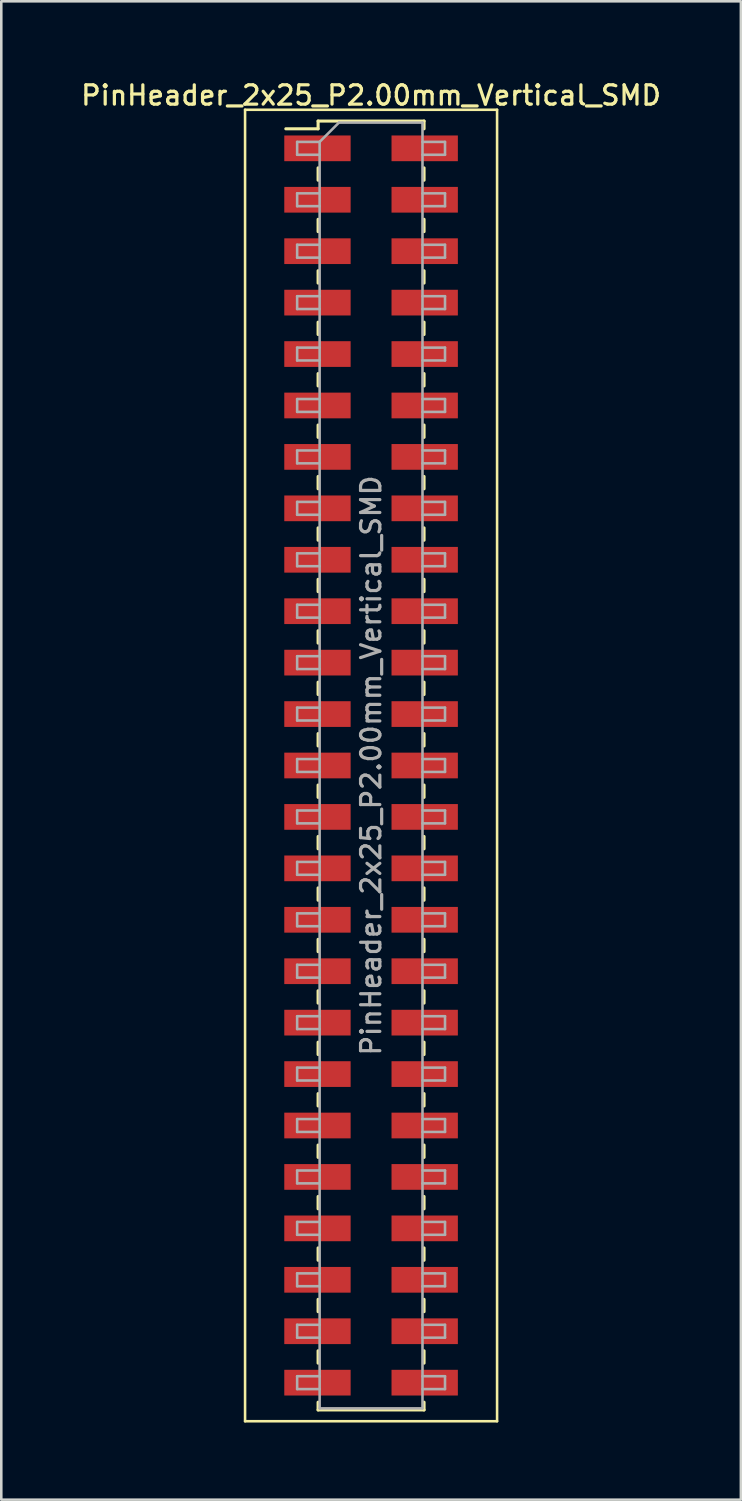
<source format=kicad_pcb>
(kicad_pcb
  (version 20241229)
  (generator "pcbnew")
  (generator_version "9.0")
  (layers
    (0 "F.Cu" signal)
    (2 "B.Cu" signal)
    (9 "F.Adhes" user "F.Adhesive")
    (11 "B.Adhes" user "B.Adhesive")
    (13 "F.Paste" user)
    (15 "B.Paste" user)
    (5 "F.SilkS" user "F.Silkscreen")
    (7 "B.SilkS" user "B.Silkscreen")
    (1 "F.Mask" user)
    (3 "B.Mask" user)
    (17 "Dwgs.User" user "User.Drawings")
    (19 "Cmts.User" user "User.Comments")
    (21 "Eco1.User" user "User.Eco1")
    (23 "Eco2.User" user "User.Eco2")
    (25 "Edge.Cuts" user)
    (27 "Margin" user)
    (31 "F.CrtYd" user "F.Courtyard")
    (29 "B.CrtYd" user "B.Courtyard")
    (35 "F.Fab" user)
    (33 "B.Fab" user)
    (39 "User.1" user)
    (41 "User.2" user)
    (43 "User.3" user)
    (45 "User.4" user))
  (footprint "PinHeader_2x25_P2.00mm_Vertical_SMD"
    (layer "F.Cu")
    (at 11.38 26.718)
    (property "Reference" "PinHeader_2x25_P2.00mm_Vertical_SMD" (at 0 -26.06 0) (layer "F.SilkS") (effects (font (size 0.75 0.75) (thickness 0.125))))
    (attr smd)
    (fp_line (start -4.9 -25.5) (end -4.9 25.5) (stroke (width 0.1) (type solid)) (layer "F.SilkS"))
    (fp_line (start -4.9 25.5) (end 4.9 25.5) (stroke (width 0.1) (type solid)) (layer "F.SilkS"))
    (fp_line (start -3.315 -24.76) (end -2.06 -24.76) (stroke (width 0.12) (type solid)) (layer "F.SilkS"))
    (fp_line (start -2.06 -25.06) (end -2.06 -24.76) (stroke (width 0.12) (type solid)) (layer "F.SilkS"))
    (fp_line (start -2.06 -25.06) (end 2.06 -25.06) (stroke (width 0.12) (type solid)) (layer "F.SilkS"))
    (fp_line (start -2.06 -23.24) (end -2.06 -22.76) (stroke (width 0.12) (type solid)) (layer "F.SilkS"))
    (fp_line (start -2.06 -21.24) (end -2.06 -20.76) (stroke (width 0.12) (type solid)) (layer "F.SilkS"))
    (fp_line (start -2.06 -19.24) (end -2.06 -18.76) (stroke (width 0.12) (type solid)) (layer "F.SilkS"))
    (fp_line (start -2.06 -17.24) (end -2.06 -16.76) (stroke (width 0.12) (type solid)) (layer "F.SilkS"))
    (fp_line (start -2.06 -15.24) (end -2.06 -14.76) (stroke (width 0.12) (type solid)) (layer "F.SilkS"))
    (fp_line (start -2.06 -13.24) (end -2.06 -12.76) (stroke (width 0.12) (type solid)) (layer "F.SilkS"))
    (fp_line (start -2.06 -11.24) (end -2.06 -10.76) (stroke (width 0.12) (type solid)) (layer "F.SilkS"))
    (fp_line (start -2.06 -9.24) (end -2.06 -8.76) (stroke (width 0.12) (type solid)) (layer "F.SilkS"))
    (fp_line (start -2.06 -7.24) (end -2.06 -6.76) (stroke (width 0.12) (type solid)) (layer "F.SilkS"))
    (fp_line (start -2.06 -5.24) (end -2.06 -4.76) (stroke (width 0.12) (type solid)) (layer "F.SilkS"))
    (fp_line (start -2.06 -3.24) (end -2.06 -2.76) (stroke (width 0.12) (type solid)) (layer "F.SilkS"))
    (fp_line (start -2.06 -1.24) (end -2.06 -0.76) (stroke (width 0.12) (type solid)) (layer "F.SilkS"))
    (fp_line (start -2.06 0.76) (end -2.06 1.24) (stroke (width 0.12) (type solid)) (layer "F.SilkS"))
    (fp_line (start -2.06 2.76) (end -2.06 3.24) (stroke (width 0.12) (type solid)) (layer "F.SilkS"))
    (fp_line (start -2.06 4.76) (end -2.06 5.24) (stroke (width 0.12) (type solid)) (layer "F.SilkS"))
    (fp_line (start -2.06 6.76) (end -2.06 7.24) (stroke (width 0.12) (type solid)) (layer "F.SilkS"))
    (fp_line (start -2.06 8.76) (end -2.06 9.24) (stroke (width 0.12) (type solid)) (layer "F.SilkS"))
    (fp_line (start -2.06 10.76) (end -2.06 11.24) (stroke (width 0.12) (type solid)) (layer "F.SilkS"))
    (fp_line (start -2.06 12.76) (end -2.06 13.24) (stroke (width 0.12) (type solid)) (layer "F.SilkS"))
    (fp_line (start -2.06 14.76) (end -2.06 15.24) (stroke (width 0.12) (type solid)) (layer "F.SilkS"))
    (fp_line (start -2.06 16.76) (end -2.06 17.24) (stroke (width 0.12) (type solid)) (layer "F.SilkS"))
    (fp_line (start -2.06 18.76) (end -2.06 19.24) (stroke (width 0.12) (type solid)) (layer "F.SilkS"))
    (fp_line (start -2.06 20.76) (end -2.06 21.24) (stroke (width 0.12) (type solid)) (layer "F.SilkS"))
    (fp_line (start -2.06 22.76) (end -2.06 23.24) (stroke (width 0.12) (type solid)) (layer "F.SilkS"))
    (fp_line (start -2.06 24.76) (end -2.06 25.06) (stroke (width 0.12) (type solid)) (layer "F.SilkS"))
    (fp_line (start -2.06 25.06) (end 2.06 25.06) (stroke (width 0.12) (type solid)) (layer "F.SilkS"))
    (fp_line (start 2.06 -25.06) (end 2.06 -24.76) (stroke (width 0.12) (type solid)) (layer "F.SilkS"))
    (fp_line (start 2.06 -23.24) (end 2.06 -22.76) (stroke (width 0.12) (type solid)) (layer "F.SilkS"))
    (fp_line (start 2.06 -21.24) (end 2.06 -20.76) (stroke (width 0.12) (type solid)) (layer "F.SilkS"))
    (fp_line (start 2.06 -19.24) (end 2.06 -18.76) (stroke (width 0.12) (type solid)) (layer "F.SilkS"))
    (fp_line (start 2.06 -17.24) (end 2.06 -16.76) (stroke (width 0.12) (type solid)) (layer "F.SilkS"))
    (fp_line (start 2.06 -15.24) (end 2.06 -14.76) (stroke (width 0.12) (type solid)) (layer "F.SilkS"))
    (fp_line (start 2.06 -13.24) (end 2.06 -12.76) (stroke (width 0.12) (type solid)) (layer "F.SilkS"))
    (fp_line (start 2.06 -11.24) (end 2.06 -10.76) (stroke (width 0.12) (type solid)) (layer "F.SilkS"))
    (fp_line (start 2.06 -9.24) (end 2.06 -8.76) (stroke (width 0.12) (type solid)) (layer "F.SilkS"))
    (fp_line (start 2.06 -7.24) (end 2.06 -6.76) (stroke (width 0.12) (type solid)) (layer "F.SilkS"))
    (fp_line (start 2.06 -5.24) (end 2.06 -4.76) (stroke (width 0.12) (type solid)) (layer "F.SilkS"))
    (fp_line (start 2.06 -3.24) (end 2.06 -2.76) (stroke (width 0.12) (type solid)) (layer "F.SilkS"))
    (fp_line (start 2.06 -1.24) (end 2.06 -0.76) (stroke (width 0.12) (type solid)) (layer "F.SilkS"))
    (fp_line (start 2.06 0.76) (end 2.06 1.24) (stroke (width 0.12) (type solid)) (layer "F.SilkS"))
    (fp_line (start 2.06 2.76) (end 2.06 3.24) (stroke (width 0.12) (type solid)) (layer "F.SilkS"))
    (fp_line (start 2.06 4.76) (end 2.06 5.24) (stroke (width 0.12) (type solid)) (layer "F.SilkS"))
    (fp_line (start 2.06 6.76) (end 2.06 7.24) (stroke (width 0.12) (type solid)) (layer "F.SilkS"))
    (fp_line (start 2.06 8.76) (end 2.06 9.24) (stroke (width 0.12) (type solid)) (layer "F.SilkS"))
    (fp_line (start 2.06 10.76) (end 2.06 11.24) (stroke (width 0.12) (type solid)) (layer "F.SilkS"))
    (fp_line (start 2.06 12.76) (end 2.06 13.24) (stroke (width 0.12) (type solid)) (layer "F.SilkS"))
    (fp_line (start 2.06 14.76) (end 2.06 15.24) (stroke (width 0.12) (type solid)) (layer "F.SilkS"))
    (fp_line (start 2.06 16.76) (end 2.06 17.24) (stroke (width 0.12) (type solid)) (layer "F.SilkS"))
    (fp_line (start 2.06 18.76) (end 2.06 19.24) (stroke (width 0.12) (type solid)) (layer "F.SilkS"))
    (fp_line (start 2.06 20.76) (end 2.06 21.24) (stroke (width 0.12) (type solid)) (layer "F.SilkS"))
    (fp_line (start 2.06 22.76) (end 2.06 23.24) (stroke (width 0.12) (type solid)) (layer "F.SilkS"))
    (fp_line (start 2.06 24.76) (end 2.06 25.06) (stroke (width 0.12) (type solid)) (layer "F.SilkS"))
    (fp_line (start 4.9 -25.5) (end -4.9 -25.5) (stroke (width 0.1) (type solid)) (layer "F.SilkS"))
    (fp_line (start 4.9 25.5) (end 4.9 -25.5) (stroke (width 0.1) (type solid)) (layer "F.SilkS"))
    (fp_line (start -2.875 -24.25) (end -2.875 -23.75) (stroke (width 0.1) (type solid)) (layer "F.Fab"))
    (fp_line (start -2.875 -23.75) (end -2 -23.75) (stroke (width 0.1) (type solid)) (layer "F.Fab"))
    (fp_line (start -2.875 -22.25) (end -2.875 -21.75) (stroke (width 0.1) (type solid)) (layer "F.Fab"))
    (fp_line (start -2.875 -21.75) (end -2 -21.75) (stroke (width 0.1) (type solid)) (layer "F.Fab"))
    (fp_line (start -2.875 -20.25) (end -2.875 -19.75) (stroke (width 0.1) (type solid)) (layer "F.Fab"))
    (fp_line (start -2.875 -19.75) (end -2 -19.75) (stroke (width 0.1) (type solid)) (layer "F.Fab"))
    (fp_line (start -2.875 -18.25) (end -2.875 -17.75) (stroke (width 0.1) (type solid)) (layer "F.Fab"))
    (fp_line (start -2.875 -17.75) (end -2 -17.75) (stroke (width 0.1) (type solid)) (layer "F.Fab"))
    (fp_line (start -2.875 -16.25) (end -2.875 -15.75) (stroke (width 0.1) (type solid)) (layer "F.Fab"))
    (fp_line (start -2.875 -15.75) (end -2 -15.75) (stroke (width 0.1) (type solid)) (layer "F.Fab"))
    (fp_line (start -2.875 -14.25) (end -2.875 -13.75) (stroke (width 0.1) (type solid)) (layer "F.Fab"))
    (fp_line (start -2.875 -13.75) (end -2 -13.75) (stroke (width 0.1) (type solid)) (layer "F.Fab"))
    (fp_line (start -2.875 -12.25) (end -2.875 -11.75) (stroke (width 0.1) (type solid)) (layer "F.Fab"))
    (fp_line (start -2.875 -11.75) (end -2 -11.75) (stroke (width 0.1) (type solid)) (layer "F.Fab"))
    (fp_line (start -2.875 -10.25) (end -2.875 -9.75) (stroke (width 0.1) (type solid)) (layer "F.Fab"))
    (fp_line (start -2.875 -9.75) (end -2 -9.75) (stroke (width 0.1) (type solid)) (layer "F.Fab"))
    (fp_line (start -2.875 -8.25) (end -2.875 -7.75) (stroke (width 0.1) (type solid)) (layer "F.Fab"))
    (fp_line (start -2.875 -7.75) (end -2 -7.75) (stroke (width 0.1) (type solid)) (layer "F.Fab"))
    (fp_line (start -2.875 -6.25) (end -2.875 -5.75) (stroke (width 0.1) (type solid)) (layer "F.Fab"))
    (fp_line (start -2.875 -5.75) (end -2 -5.75) (stroke (width 0.1) (type solid)) (layer "F.Fab"))
    (fp_line (start -2.875 -4.25) (end -2.875 -3.75) (stroke (width 0.1) (type solid)) (layer "F.Fab"))
    (fp_line (start -2.875 -3.75) (end -2 -3.75) (stroke (width 0.1) (type solid)) (layer "F.Fab"))
    (fp_line (start -2.875 -2.25) (end -2.875 -1.75) (stroke (width 0.1) (type solid)) (layer "F.Fab"))
    (fp_line (start -2.875 -1.75) (end -2 -1.75) (stroke (width 0.1) (type solid)) (layer "F.Fab"))
    (fp_line (start -2.875 -0.25) (end -2.875 0.25) (stroke (width 0.1) (type solid)) (layer "F.Fab"))
    (fp_line (start -2.875 0.25) (end -2 0.25) (stroke (width 0.1) (type solid)) (layer "F.Fab"))
    (fp_line (start -2.875 1.75) (end -2.875 2.25) (stroke (width 0.1) (type solid)) (layer "F.Fab"))
    (fp_line (start -2.875 2.25) (end -2 2.25) (stroke (width 0.1) (type solid)) (layer "F.Fab"))
    (fp_line (start -2.875 3.75) (end -2.875 4.25) (stroke (width 0.1) (type solid)) (layer "F.Fab"))
    (fp_line (start -2.875 4.25) (end -2 4.25) (stroke (width 0.1) (type solid)) (layer "F.Fab"))
    (fp_line (start -2.875 5.75) (end -2.875 6.25) (stroke (width 0.1) (type solid)) (layer "F.Fab"))
    (fp_line (start -2.875 6.25) (end -2 6.25) (stroke (width 0.1) (type solid)) (layer "F.Fab"))
    (fp_line (start -2.875 7.75) (end -2.875 8.25) (stroke (width 0.1) (type solid)) (layer "F.Fab"))
    (fp_line (start -2.875 8.25) (end -2 8.25) (stroke (width 0.1) (type solid)) (layer "F.Fab"))
    (fp_line (start -2.875 9.75) (end -2.875 10.25) (stroke (width 0.1) (type solid)) (layer "F.Fab"))
    (fp_line (start -2.875 10.25) (end -2 10.25) (stroke (width 0.1) (type solid)) (layer "F.Fab"))
    (fp_line (start -2.875 11.75) (end -2.875 12.25) (stroke (width 0.1) (type solid)) (layer "F.Fab"))
    (fp_line (start -2.875 12.25) (end -2 12.25) (stroke (width 0.1) (type solid)) (layer "F.Fab"))
    (fp_line (start -2.875 13.75) (end -2.875 14.25) (stroke (width 0.1) (type solid)) (layer "F.Fab"))
    (fp_line (start -2.875 14.25) (end -2 14.25) (stroke (width 0.1) (type solid)) (layer "F.Fab"))
    (fp_line (start -2.875 15.75) (end -2.875 16.25) (stroke (width 0.1) (type solid)) (layer "F.Fab"))
    (fp_line (start -2.875 16.25) (end -2 16.25) (stroke (width 0.1) (type solid)) (layer "F.Fab"))
    (fp_line (start -2.875 17.75) (end -2.875 18.25) (stroke (width 0.1) (type solid)) (layer "F.Fab"))
    (fp_line (start -2.875 18.25) (end -2 18.25) (stroke (width 0.1) (type solid)) (layer "F.Fab"))
    (fp_line (start -2.875 19.75) (end -2.875 20.25) (stroke (width 0.1) (type solid)) (layer "F.Fab"))
    (fp_line (start -2.875 20.25) (end -2 20.25) (stroke (width 0.1) (type solid)) (layer "F.Fab"))
    (fp_line (start -2.875 21.75) (end -2.875 22.25) (stroke (width 0.1) (type solid)) (layer "F.Fab"))
    (fp_line (start -2.875 22.25) (end -2 22.25) (stroke (width 0.1) (type solid)) (layer "F.Fab"))
    (fp_line (start -2.875 23.75) (end -2.875 24.25) (stroke (width 0.1) (type solid)) (layer "F.Fab"))
    (fp_line (start -2.875 24.25) (end -2 24.25) (stroke (width 0.1) (type solid)) (layer "F.Fab"))
    (fp_line (start -2 -24.25) (end -2.875 -24.25) (stroke (width 0.1) (type solid)) (layer "F.Fab"))
    (fp_line (start -2 -24.25) (end -1.25 -25) (stroke (width 0.1) (type solid)) (layer "F.Fab"))
    (fp_line (start -2 -22.25) (end -2.875 -22.25) (stroke (width 0.1) (type solid)) (layer "F.Fab"))
    (fp_line (start -2 -20.25) (end -2.875 -20.25) (stroke (width 0.1) (type solid)) (layer "F.Fab"))
    (fp_line (start -2 -18.25) (end -2.875 -18.25) (stroke (width 0.1) (type solid)) (layer "F.Fab"))
    (fp_line (start -2 -16.25) (end -2.875 -16.25) (stroke (width 0.1) (type solid)) (layer "F.Fab"))
    (fp_line (start -2 -14.25) (end -2.875 -14.25) (stroke (width 0.1) (type solid)) (layer "F.Fab"))
    (fp_line (start -2 -12.25) (end -2.875 -12.25) (stroke (width 0.1) (type solid)) (layer "F.Fab"))
    (fp_line (start -2 -10.25) (end -2.875 -10.25) (stroke (width 0.1) (type solid)) (layer "F.Fab"))
    (fp_line (start -2 -8.25) (end -2.875 -8.25) (stroke (width 0.1) (type solid)) (layer "F.Fab"))
    (fp_line (start -2 -6.25) (end -2.875 -6.25) (stroke (width 0.1) (type solid)) (layer "F.Fab"))
    (fp_line (start -2 -4.25) (end -2.875 -4.25) (stroke (width 0.1) (type solid)) (layer "F.Fab"))
    (fp_line (start -2 -2.25) (end -2.875 -2.25) (stroke (width 0.1) (type solid)) (layer "F.Fab"))
    (fp_line (start -2 -0.25) (end -2.875 -0.25) (stroke (width 0.1) (type solid)) (layer "F.Fab"))
    (fp_line (start -2 1.75) (end -2.875 1.75) (stroke (width 0.1) (type solid)) (layer "F.Fab"))
    (fp_line (start -2 3.75) (end -2.875 3.75) (stroke (width 0.1) (type solid)) (layer "F.Fab"))
    (fp_line (start -2 5.75) (end -2.875 5.75) (stroke (width 0.1) (type solid)) (layer "F.Fab"))
    (fp_line (start -2 7.75) (end -2.875 7.75) (stroke (width 0.1) (type solid)) (layer "F.Fab"))
    (fp_line (start -2 9.75) (end -2.875 9.75) (stroke (width 0.1) (type solid)) (layer "F.Fab"))
    (fp_line (start -2 11.75) (end -2.875 11.75) (stroke (width 0.1) (type solid)) (layer "F.Fab"))
    (fp_line (start -2 13.75) (end -2.875 13.75) (stroke (width 0.1) (type solid)) (layer "F.Fab"))
    (fp_line (start -2 15.75) (end -2.875 15.75) (stroke (width 0.1) (type solid)) (layer "F.Fab"))
    (fp_line (start -2 17.75) (end -2.875 17.75) (stroke (width 0.1) (type solid)) (layer "F.Fab"))
    (fp_line (start -2 19.75) (end -2.875 19.75) (stroke (width 0.1) (type solid)) (layer "F.Fab"))
    (fp_line (start -2 21.75) (end -2.875 21.75) (stroke (width 0.1) (type solid)) (layer "F.Fab"))
    (fp_line (start -2 23.75) (end -2.875 23.75) (stroke (width 0.1) (type solid)) (layer "F.Fab"))
    (fp_line (start -2 25) (end -2 -24.25) (stroke (width 0.1) (type solid)) (layer "F.Fab"))
    (fp_line (start -1.25 -25) (end 2 -25) (stroke (width 0.1) (type solid)) (layer "F.Fab"))
    (fp_line (start 2 -25) (end 2 25) (stroke (width 0.1) (type solid)) (layer "F.Fab"))
    (fp_line (start 2 -24.25) (end 2.875 -24.25) (stroke (width 0.1) (type solid)) (layer "F.Fab"))
    (fp_line (start 2 -22.25) (end 2.875 -22.25) (stroke (width 0.1) (type solid)) (layer "F.Fab"))
    (fp_line (start 2 -20.25) (end 2.875 -20.25) (stroke (width 0.1) (type solid)) (layer "F.Fab"))
    (fp_line (start 2 -18.25) (end 2.875 -18.25) (stroke (width 0.1) (type solid)) (layer "F.Fab"))
    (fp_line (start 2 -16.25) (end 2.875 -16.25) (stroke (width 0.1) (type solid)) (layer "F.Fab"))
    (fp_line (start 2 -14.25) (end 2.875 -14.25) (stroke (width 0.1) (type solid)) (layer "F.Fab"))
    (fp_line (start 2 -12.25) (end 2.875 -12.25) (stroke (width 0.1) (type solid)) (layer "F.Fab"))
    (fp_line (start 2 -10.25) (end 2.875 -10.25) (stroke (width 0.1) (type solid)) (layer "F.Fab"))
    (fp_line (start 2 -8.25) (end 2.875 -8.25) (stroke (width 0.1) (type solid)) (layer "F.Fab"))
    (fp_line (start 2 -6.25) (end 2.875 -6.25) (stroke (width 0.1) (type solid)) (layer "F.Fab"))
    (fp_line (start 2 -4.25) (end 2.875 -4.25) (stroke (width 0.1) (type solid)) (layer "F.Fab"))
    (fp_line (start 2 -2.25) (end 2.875 -2.25) (stroke (width 0.1) (type solid)) (layer "F.Fab"))
    (fp_line (start 2 -0.25) (end 2.875 -0.25) (stroke (width 0.1) (type solid)) (layer "F.Fab"))
    (fp_line (start 2 1.75) (end 2.875 1.75) (stroke (width 0.1) (type solid)) (layer "F.Fab"))
    (fp_line (start 2 3.75) (end 2.875 3.75) (stroke (width 0.1) (type solid)) (layer "F.Fab"))
    (fp_line (start 2 5.75) (end 2.875 5.75) (stroke (width 0.1) (type solid)) (layer "F.Fab"))
    (fp_line (start 2 7.75) (end 2.875 7.75) (stroke (width 0.1) (type solid)) (layer "F.Fab"))
    (fp_line (start 2 9.75) (end 2.875 9.75) (stroke (width 0.1) (type solid)) (layer "F.Fab"))
    (fp_line (start 2 11.75) (end 2.875 11.75) (stroke (width 0.1) (type solid)) (layer "F.Fab"))
    (fp_line (start 2 13.75) (end 2.875 13.75) (stroke (width 0.1) (type solid)) (layer "F.Fab"))
    (fp_line (start 2 15.75) (end 2.875 15.75) (stroke (width 0.1) (type solid)) (layer "F.Fab"))
    (fp_line (start 2 17.75) (end 2.875 17.75) (stroke (width 0.1) (type solid)) (layer "F.Fab"))
    (fp_line (start 2 19.75) (end 2.875 19.75) (stroke (width 0.1) (type solid)) (layer "F.Fab"))
    (fp_line (start 2 21.75) (end 2.875 21.75) (stroke (width 0.1) (type solid)) (layer "F.Fab"))
    (fp_line (start 2 23.75) (end 2.875 23.75) (stroke (width 0.1) (type solid)) (layer "F.Fab"))
    (fp_line (start 2 25) (end -2 25) (stroke (width 0.1) (type solid)) (layer "F.Fab"))
    (fp_line (start 2.875 -24.25) (end 2.875 -23.75) (stroke (width 0.1) (type solid)) (layer "F.Fab"))
    (fp_line (start 2.875 -23.75) (end 2 -23.75) (stroke (width 0.1) (type solid)) (layer "F.Fab"))
    (fp_line (start 2.875 -22.25) (end 2.875 -21.75) (stroke (width 0.1) (type solid)) (layer "F.Fab"))
    (fp_line (start 2.875 -21.75) (end 2 -21.75) (stroke (width 0.1) (type solid)) (layer "F.Fab"))
    (fp_line (start 2.875 -20.25) (end 2.875 -19.75) (stroke (width 0.1) (type solid)) (layer "F.Fab"))
    (fp_line (start 2.875 -19.75) (end 2 -19.75) (stroke (width 0.1) (type solid)) (layer "F.Fab"))
    (fp_line (start 2.875 -18.25) (end 2.875 -17.75) (stroke (width 0.1) (type solid)) (layer "F.Fab"))
    (fp_line (start 2.875 -17.75) (end 2 -17.75) (stroke (width 0.1) (type solid)) (layer "F.Fab"))
    (fp_line (start 2.875 -16.25) (end 2.875 -15.75) (stroke (width 0.1) (type solid)) (layer "F.Fab"))
    (fp_line (start 2.875 -15.75) (end 2 -15.75) (stroke (width 0.1) (type solid)) (layer "F.Fab"))
    (fp_line (start 2.875 -14.25) (end 2.875 -13.75) (stroke (width 0.1) (type solid)) (layer "F.Fab"))
    (fp_line (start 2.875 -13.75) (end 2 -13.75) (stroke (width 0.1) (type solid)) (layer "F.Fab"))
    (fp_line (start 2.875 -12.25) (end 2.875 -11.75) (stroke (width 0.1) (type solid)) (layer "F.Fab"))
    (fp_line (start 2.875 -11.75) (end 2 -11.75) (stroke (width 0.1) (type solid)) (layer "F.Fab"))
    (fp_line (start 2.875 -10.25) (end 2.875 -9.75) (stroke (width 0.1) (type solid)) (layer "F.Fab"))
    (fp_line (start 2.875 -9.75) (end 2 -9.75) (stroke (width 0.1) (type solid)) (layer "F.Fab"))
    (fp_line (start 2.875 -8.25) (end 2.875 -7.75) (stroke (width 0.1) (type solid)) (layer "F.Fab"))
    (fp_line (start 2.875 -7.75) (end 2 -7.75) (stroke (width 0.1) (type solid)) (layer "F.Fab"))
    (fp_line (start 2.875 -6.25) (end 2.875 -5.75) (stroke (width 0.1) (type solid)) (layer "F.Fab"))
    (fp_line (start 2.875 -5.75) (end 2 -5.75) (stroke (width 0.1) (type solid)) (layer "F.Fab"))
    (fp_line (start 2.875 -4.25) (end 2.875 -3.75) (stroke (width 0.1) (type solid)) (layer "F.Fab"))
    (fp_line (start 2.875 -3.75) (end 2 -3.75) (stroke (width 0.1) (type solid)) (layer "F.Fab"))
    (fp_line (start 2.875 -2.25) (end 2.875 -1.75) (stroke (width 0.1) (type solid)) (layer "F.Fab"))
    (fp_line (start 2.875 -1.75) (end 2 -1.75) (stroke (width 0.1) (type solid)) (layer "F.Fab"))
    (fp_line (start 2.875 -0.25) (end 2.875 0.25) (stroke (width 0.1) (type solid)) (layer "F.Fab"))
    (fp_line (start 2.875 0.25) (end 2 0.25) (stroke (width 0.1) (type solid)) (layer "F.Fab"))
    (fp_line (start 2.875 1.75) (end 2.875 2.25) (stroke (width 0.1) (type solid)) (layer "F.Fab"))
    (fp_line (start 2.875 2.25) (end 2 2.25) (stroke (width 0.1) (type solid)) (layer "F.Fab"))
    (fp_line (start 2.875 3.75) (end 2.875 4.25) (stroke (width 0.1) (type solid)) (layer "F.Fab"))
    (fp_line (start 2.875 4.25) (end 2 4.25) (stroke (width 0.1) (type solid)) (layer "F.Fab"))
    (fp_line (start 2.875 5.75) (end 2.875 6.25) (stroke (width 0.1) (type solid)) (layer "F.Fab"))
    (fp_line (start 2.875 6.25) (end 2 6.25) (stroke (width 0.1) (type solid)) (layer "F.Fab"))
    (fp_line (start 2.875 7.75) (end 2.875 8.25) (stroke (width 0.1) (type solid)) (layer "F.Fab"))
    (fp_line (start 2.875 8.25) (end 2 8.25) (stroke (width 0.1) (type solid)) (layer "F.Fab"))
    (fp_line (start 2.875 9.75) (end 2.875 10.25) (stroke (width 0.1) (type solid)) (layer "F.Fab"))
    (fp_line (start 2.875 10.25) (end 2 10.25) (stroke (width 0.1) (type solid)) (layer "F.Fab"))
    (fp_line (start 2.875 11.75) (end 2.875 12.25) (stroke (width 0.1) (type solid)) (layer "F.Fab"))
    (fp_line (start 2.875 12.25) (end 2 12.25) (stroke (width 0.1) (type solid)) (layer "F.Fab"))
    (fp_line (start 2.875 13.75) (end 2.875 14.25) (stroke (width 0.1) (type solid)) (layer "F.Fab"))
    (fp_line (start 2.875 14.25) (end 2 14.25) (stroke (width 0.1) (type solid)) (layer "F.Fab"))
    (fp_line (start 2.875 15.75) (end 2.875 16.25) (stroke (width 0.1) (type solid)) (layer "F.Fab"))
    (fp_line (start 2.875 16.25) (end 2 16.25) (stroke (width 0.1) (type solid)) (layer "F.Fab"))
    (fp_line (start 2.875 17.75) (end 2.875 18.25) (stroke (width 0.1) (type solid)) (layer "F.Fab"))
    (fp_line (start 2.875 18.25) (end 2 18.25) (stroke (width 0.1) (type solid)) (layer "F.Fab"))
    (fp_line (start 2.875 19.75) (end 2.875 20.25) (stroke (width 0.1) (type solid)) (layer "F.Fab"))
    (fp_line (start 2.875 20.25) (end 2 20.25) (stroke (width 0.1) (type solid)) (layer "F.Fab"))
    (fp_line (start 2.875 21.75) (end 2.875 22.25) (stroke (width 0.1) (type solid)) (layer "F.Fab"))
    (fp_line (start 2.875 22.25) (end 2 22.25) (stroke (width 0.1) (type solid)) (layer "F.Fab"))
    (fp_line (start 2.875 23.75) (end 2.875 24.25) (stroke (width 0.1) (type solid)) (layer "F.Fab"))
    (fp_line (start 2.875 24.25) (end 2 24.25) (stroke (width 0.1) (type solid)) (layer "F.Fab"))
    (fp_text user "${REFERENCE}" (at 0 0 90) (layer "F.Fab") (effects (font (size 0.75 0.75) (thickness 0.125))))
    (pad "1" smd rect (at -2.085 -24) (size 2.58 1) (layers "F.Cu" "F.Mask" "F.Paste"))
    (pad "2" smd rect (at 2.085 -24) (size 2.58 1) (layers "F.Cu" "F.Mask" "F.Paste"))
    (pad "3" smd rect (at -2.085 -22) (size 2.58 1) (layers "F.Cu" "F.Mask" "F.Paste"))
    (pad "4" smd rect (at 2.085 -22) (size 2.58 1) (layers "F.Cu" "F.Mask" "F.Paste"))
    (pad "5" smd rect (at -2.085 -20) (size 2.58 1) (layers "F.Cu" "F.Mask" "F.Paste"))
    (pad "6" smd rect (at 2.085 -20) (size 2.58 1) (layers "F.Cu" "F.Mask" "F.Paste"))
    (pad "7" smd rect (at -2.085 -18) (size 2.58 1) (layers "F.Cu" "F.Mask" "F.Paste"))
    (pad "8" smd rect (at 2.085 -18) (size 2.58 1) (layers "F.Cu" "F.Mask" "F.Paste"))
    (pad "9" smd rect (at -2.085 -16) (size 2.58 1) (layers "F.Cu" "F.Mask" "F.Paste"))
    (pad "10" smd rect (at 2.085 -16) (size 2.58 1) (layers "F.Cu" "F.Mask" "F.Paste"))
    (pad "11" smd rect (at -2.085 -14) (size 2.58 1) (layers "F.Cu" "F.Mask" "F.Paste"))
    (pad "12" smd rect (at 2.085 -14) (size 2.58 1) (layers "F.Cu" "F.Mask" "F.Paste"))
    (pad "13" smd rect (at -2.085 -12) (size 2.58 1) (layers "F.Cu" "F.Mask" "F.Paste"))
    (pad "14" smd rect (at 2.085 -12) (size 2.58 1) (layers "F.Cu" "F.Mask" "F.Paste"))
    (pad "15" smd rect (at -2.085 -10) (size 2.58 1) (layers "F.Cu" "F.Mask" "F.Paste"))
    (pad "16" smd rect (at 2.085 -10) (size 2.58 1) (layers "F.Cu" "F.Mask" "F.Paste"))
    (pad "17" smd rect (at -2.085 -8) (size 2.58 1) (layers "F.Cu" "F.Mask" "F.Paste"))
    (pad "18" smd rect (at 2.085 -8) (size 2.58 1) (layers "F.Cu" "F.Mask" "F.Paste"))
    (pad "19" smd rect (at -2.085 -6) (size 2.58 1) (layers "F.Cu" "F.Mask" "F.Paste"))
    (pad "20" smd rect (at 2.085 -6) (size 2.58 1) (layers "F.Cu" "F.Mask" "F.Paste"))
    (pad "21" smd rect (at -2.085 -4) (size 2.58 1) (layers "F.Cu" "F.Mask" "F.Paste"))
    (pad "22" smd rect (at 2.085 -4) (size 2.58 1) (layers "F.Cu" "F.Mask" "F.Paste"))
    (pad "23" smd rect (at -2.085 -2) (size 2.58 1) (layers "F.Cu" "F.Mask" "F.Paste"))
    (pad "24" smd rect (at 2.085 -2) (size 2.58 1) (layers "F.Cu" "F.Mask" "F.Paste"))
    (pad "25" smd rect (at -2.085 0) (size 2.58 1) (layers "F.Cu" "F.Mask" "F.Paste"))
    (pad "26" smd rect (at 2.085 0) (size 2.58 1) (layers "F.Cu" "F.Mask" "F.Paste"))
    (pad "27" smd rect (at -2.085 2) (size 2.58 1) (layers "F.Cu" "F.Mask" "F.Paste"))
    (pad "28" smd rect (at 2.085 2) (size 2.58 1) (layers "F.Cu" "F.Mask" "F.Paste"))
    (pad "29" smd rect (at -2.085 4) (size 2.58 1) (layers "F.Cu" "F.Mask" "F.Paste"))
    (pad "30" smd rect (at 2.085 4) (size 2.58 1) (layers "F.Cu" "F.Mask" "F.Paste"))
    (pad "31" smd rect (at -2.085 6) (size 2.58 1) (layers "F.Cu" "F.Mask" "F.Paste"))
    (pad "32" smd rect (at 2.085 6) (size 2.58 1) (layers "F.Cu" "F.Mask" "F.Paste"))
    (pad "33" smd rect (at -2.085 8) (size 2.58 1) (layers "F.Cu" "F.Mask" "F.Paste"))
    (pad "34" smd rect (at 2.085 8) (size 2.58 1) (layers "F.Cu" "F.Mask" "F.Paste"))
    (pad "35" smd rect (at -2.085 10) (size 2.58 1) (layers "F.Cu" "F.Mask" "F.Paste"))
    (pad "36" smd rect (at 2.085 10) (size 2.58 1) (layers "F.Cu" "F.Mask" "F.Paste"))
    (pad "37" smd rect (at -2.085 12) (size 2.58 1) (layers "F.Cu" "F.Mask" "F.Paste"))
    (pad "38" smd rect (at 2.085 12) (size 2.58 1) (layers "F.Cu" "F.Mask" "F.Paste"))
    (pad "39" smd rect (at -2.085 14) (size 2.58 1) (layers "F.Cu" "F.Mask" "F.Paste"))
    (pad "40" smd rect (at 2.085 14) (size 2.58 1) (layers "F.Cu" "F.Mask" "F.Paste"))
    (pad "41" smd rect (at -2.085 16) (size 2.58 1) (layers "F.Cu" "F.Mask" "F.Paste"))
    (pad "42" smd rect (at 2.085 16) (size 2.58 1) (layers "F.Cu" "F.Mask" "F.Paste"))
    (pad "43" smd rect (at -2.085 18) (size 2.58 1) (layers "F.Cu" "F.Mask" "F.Paste"))
    (pad "44" smd rect (at 2.085 18) (size 2.58 1) (layers "F.Cu" "F.Mask" "F.Paste"))
    (pad "45" smd rect (at -2.085 20) (size 2.58 1) (layers "F.Cu" "F.Mask" "F.Paste"))
    (pad "46" smd rect (at 2.085 20) (size 2.58 1) (layers "F.Cu" "F.Mask" "F.Paste"))
    (pad "47" smd rect (at -2.085 22) (size 2.58 1) (layers "F.Cu" "F.Mask" "F.Paste"))
    (pad "48" smd rect (at 2.085 22) (size 2.58 1) (layers "F.Cu" "F.Mask" "F.Paste"))
    (pad "49" smd rect (at -2.085 24) (size 2.58 1) (layers "F.Cu" "F.Mask" "F.Paste"))
    (pad "50" smd rect (at 2.085 24) (size 2.58 1) (layers "F.Cu" "F.Mask" "F.Paste")))
  (gr_rect
    (start -3 -3)
    (end 25.761 55.268)
    (stroke (width 0.1) (type default))
    (fill no)
    (layer "Edge.Cuts")))
</source>
